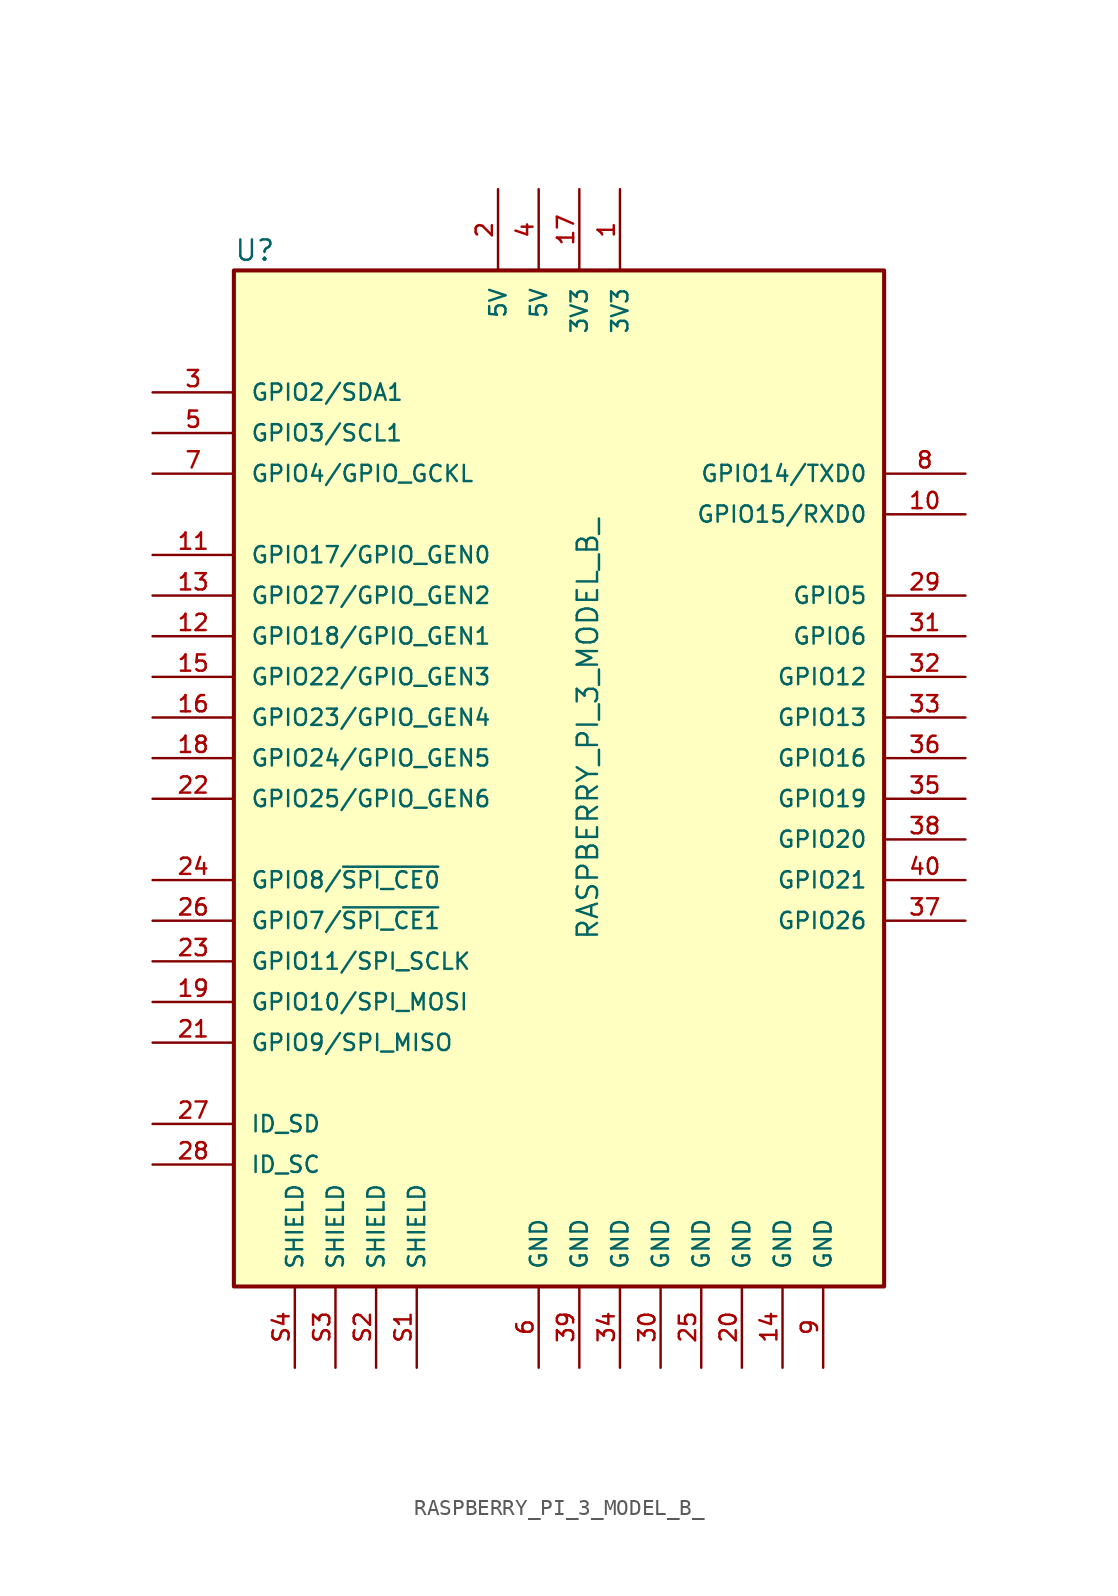
<source format=kicad_sym>
(kicad_symbol_lib
  (version 20220914)
  (generator kicad_symbol_editor)
  (symbol "RASPBERRY_PI_3_MODEL_B_"
    (pin_names
      (offset 1.016))
    (property "Reference" "U"
      (at -20.32 33.528 0)
      (effects (font (size 1.27 1.27)) (justify left bottom)))
    (property "Value" "RASPBERRY_PI_3_MODEL_B_"
      (at 2.54 -8.89 90)
      (effects (font (size 1.27 1.27)) (justify left bottom)))
    (symbol "RASPBERRY_PI_3_MODEL_B__0_0"
      (rectangle (start -20.32 -30.48) (end 20.32 33.02) (stroke (width 0.254) (type default)) (fill (type background)))
      (pin power_in line (at 3.81 38.1 270) (length 5.08) (name "3V3" (effects (font (size 1.016 1.016)))) (number "1" (effects (font (size 1.016 1.016)))))
      (pin bidirectional line (at 25.4 17.78 180) (length 5.08) (name "GPIO15/RXD0" (effects (font (size 1.016 1.016)))) (number "10" (effects (font (size 1.016 1.016)))))
      (pin bidirectional line (at -25.4 15.24 0) (length 5.08) (name "GPIO17/GPIO_GEN0" (effects (font (size 1.016 1.016)))) (number "11" (effects (font (size 1.016 1.016)))))
      (pin bidirectional line (at -25.4 10.16 0) (length 5.08) (name "GPIO18/GPIO_GEN1" (effects (font (size 1.016 1.016)))) (number "12" (effects (font (size 1.016 1.016)))))
      (pin bidirectional line (at -25.4 12.7 0) (length 5.08) (name "GPIO27/GPIO_GEN2" (effects (font (size 1.016 1.016)))) (number "13" (effects (font (size 1.016 1.016)))))
      (pin power_in line (at 13.97 -35.56 90) (length 5.08) (name "GND" (effects (font (size 1.016 1.016)))) (number "14" (effects (font (size 1.016 1.016)))))
      (pin bidirectional line (at -25.4 7.62 0) (length 5.08) (name "GPIO22/GPIO_GEN3" (effects (font (size 1.016 1.016)))) (number "15" (effects (font (size 1.016 1.016)))))
      (pin bidirectional line (at -25.4 5.08 0) (length 5.08) (name "GPIO23/GPIO_GEN4" (effects (font (size 1.016 1.016)))) (number "16" (effects (font (size 1.016 1.016)))))
      (pin power_in line (at 1.27 38.1 270) (length 5.08) (name "3V3" (effects (font (size 1.016 1.016)))) (number "17" (effects (font (size 1.016 1.016)))))
      (pin bidirectional line (at -25.4 2.54 0) (length 5.08) (name "GPIO24/GPIO_GEN5" (effects (font (size 1.016 1.016)))) (number "18" (effects (font (size 1.016 1.016)))))
      (pin bidirectional line (at -25.4 -12.7 0) (length 5.08) (name "GPIO10/SPI_MOSI" (effects (font (size 1.016 1.016)))) (number "19" (effects (font (size 1.016 1.016)))))
      (pin power_in line (at -3.81 38.1 270) (length 5.08) (name "5V" (effects (font (size 1.016 1.016)))) (number "2" (effects (font (size 1.016 1.016)))))
      (pin power_in line (at 11.43 -35.56 90) (length 5.08) (name "GND" (effects (font (size 1.016 1.016)))) (number "20" (effects (font (size 1.016 1.016)))))
      (pin bidirectional line (at -25.4 -15.24 0) (length 5.08) (name "GPIO9/SPI_MISO" (effects (font (size 1.016 1.016)))) (number "21" (effects (font (size 1.016 1.016)))))
      (pin bidirectional line (at -25.4 0 0) (length 5.08) (name "GPIO25/GPIO_GEN6" (effects (font (size 1.016 1.016)))) (number "22" (effects (font (size 1.016 1.016)))))
      (pin bidirectional line (at -25.4 -10.16 0) (length 5.08) (name "GPIO11/SPI_SCLK" (effects (font (size 1.016 1.016)))) (number "23" (effects (font (size 1.016 1.016)))))
      (pin bidirectional line (at -25.4 -5.08 0) (length 5.08) (name "GPIO8/~{SPI_CE0}" (effects (font (size 1.016 1.016)))) (number "24" (effects (font (size 1.016 1.016)))))
      (pin power_in line (at 8.89 -35.56 90) (length 5.08) (name "GND" (effects (font (size 1.016 1.016)))) (number "25" (effects (font (size 1.016 1.016)))))
      (pin bidirectional line (at -25.4 -7.62 0) (length 5.08) (name "GPIO7/~{SPI_CE1}" (effects (font (size 1.016 1.016)))) (number "26" (effects (font (size 1.016 1.016)))))
      (pin bidirectional line (at -25.4 -20.32 0) (length 5.08) (name "ID_SD" (effects (font (size 1.016 1.016)))) (number "27" (effects (font (size 1.016 1.016)))))
      (pin bidirectional line (at -25.4 -22.86 0) (length 5.08) (name "ID_SC" (effects (font (size 1.016 1.016)))) (number "28" (effects (font (size 1.016 1.016)))))
      (pin bidirectional line (at 25.4 12.7 180) (length 5.08) (name "GPIO5" (effects (font (size 1.016 1.016)))) (number "29" (effects (font (size 1.016 1.016)))))
      (pin bidirectional line (at -25.4 25.4 0) (length 5.08) (name "GPIO2/SDA1" (effects (font (size 1.016 1.016)))) (number "3" (effects (font (size 1.016 1.016)))))
      (pin power_in line (at 6.35 -35.56 90) (length 5.08) (name "GND" (effects (font (size 1.016 1.016)))) (number "30" (effects (font (size 1.016 1.016)))))
      (pin bidirectional line (at 25.4 10.16 180) (length 5.08) (name "GPIO6" (effects (font (size 1.016 1.016)))) (number "31" (effects (font (size 1.016 1.016)))))
      (pin bidirectional line (at 25.4 7.62 180) (length 5.08) (name "GPIO12" (effects (font (size 1.016 1.016)))) (number "32" (effects (font (size 1.016 1.016)))))
      (pin bidirectional line (at 25.4 5.08 180) (length 5.08) (name "GPIO13" (effects (font (size 1.016 1.016)))) (number "33" (effects (font (size 1.016 1.016)))))
      (pin power_in line (at 3.81 -35.56 90) (length 5.08) (name "GND" (effects (font (size 1.016 1.016)))) (number "34" (effects (font (size 1.016 1.016)))))
      (pin bidirectional line (at 25.4 0 180) (length 5.08) (name "GPIO19" (effects (font (size 1.016 1.016)))) (number "35" (effects (font (size 1.016 1.016)))))
      (pin bidirectional line (at 25.4 2.54 180) (length 5.08) (name "GPIO16" (effects (font (size 1.016 1.016)))) (number "36" (effects (font (size 1.016 1.016)))))
      (pin bidirectional line (at 25.4 -7.62 180) (length 5.08) (name "GPIO26" (effects (font (size 1.016 1.016)))) (number "37" (effects (font (size 1.016 1.016)))))
      (pin bidirectional line (at 25.4 -2.54 180) (length 5.08) (name "GPIO20" (effects (font (size 1.016 1.016)))) (number "38" (effects (font (size 1.016 1.016)))))
      (pin power_in line (at 1.27 -35.56 90) (length 5.08) (name "GND" (effects (font (size 1.016 1.016)))) (number "39" (effects (font (size 1.016 1.016)))))
      (pin power_in line (at -1.27 38.1 270) (length 5.08) (name "5V" (effects (font (size 1.016 1.016)))) (number "4" (effects (font (size 1.016 1.016)))))
      (pin bidirectional line (at 25.4 -5.08 180) (length 5.08) (name "GPIO21" (effects (font (size 1.016 1.016)))) (number "40" (effects (font (size 1.016 1.016)))))
      (pin bidirectional line (at -25.4 22.86 0) (length 5.08) (name "GPIO3/SCL1" (effects (font (size 1.016 1.016)))) (number "5" (effects (font (size 1.016 1.016)))))
      (pin power_in line (at -1.27 -35.56 90) (length 5.08) (name "GND" (effects (font (size 1.016 1.016)))) (number "6" (effects (font (size 1.016 1.016)))))
      (pin bidirectional line (at -25.4 20.32 0) (length 5.08) (name "GPIO4/GPIO_GCKL" (effects (font (size 1.016 1.016)))) (number "7" (effects (font (size 1.016 1.016)))))
      (pin bidirectional line (at 25.4 20.32 180) (length 5.08) (name "GPIO14/TXD0" (effects (font (size 1.016 1.016)))) (number "8" (effects (font (size 1.016 1.016)))))
      (pin power_in line (at 16.51 -35.56 90) (length 5.08) (name "GND" (effects (font (size 1.016 1.016)))) (number "9" (effects (font (size 1.016 1.016)))))
      (pin power_in line (at -8.89 -35.56 90) (length 5.08) (name "SHIELD" (effects (font (size 1.016 1.016)))) (number "S1" (effects (font (size 1.016 1.016)))))
      (pin power_in line (at -11.43 -35.56 90) (length 5.08) (name "SHIELD" (effects (font (size 1.016 1.016)))) (number "S2" (effects (font (size 1.016 1.016)))))
      (pin power_in line (at -13.97 -35.56 90) (length 5.08) (name "SHIELD" (effects (font (size 1.016 1.016)))) (number "S3" (effects (font (size 1.016 1.016)))))
      (pin power_in line (at -16.51 -35.56 90) (length 5.08) (name "SHIELD" (effects (font (size 1.016 1.016)))) (number "S4" (effects (font (size 1.016 1.016))))))))
</source>
